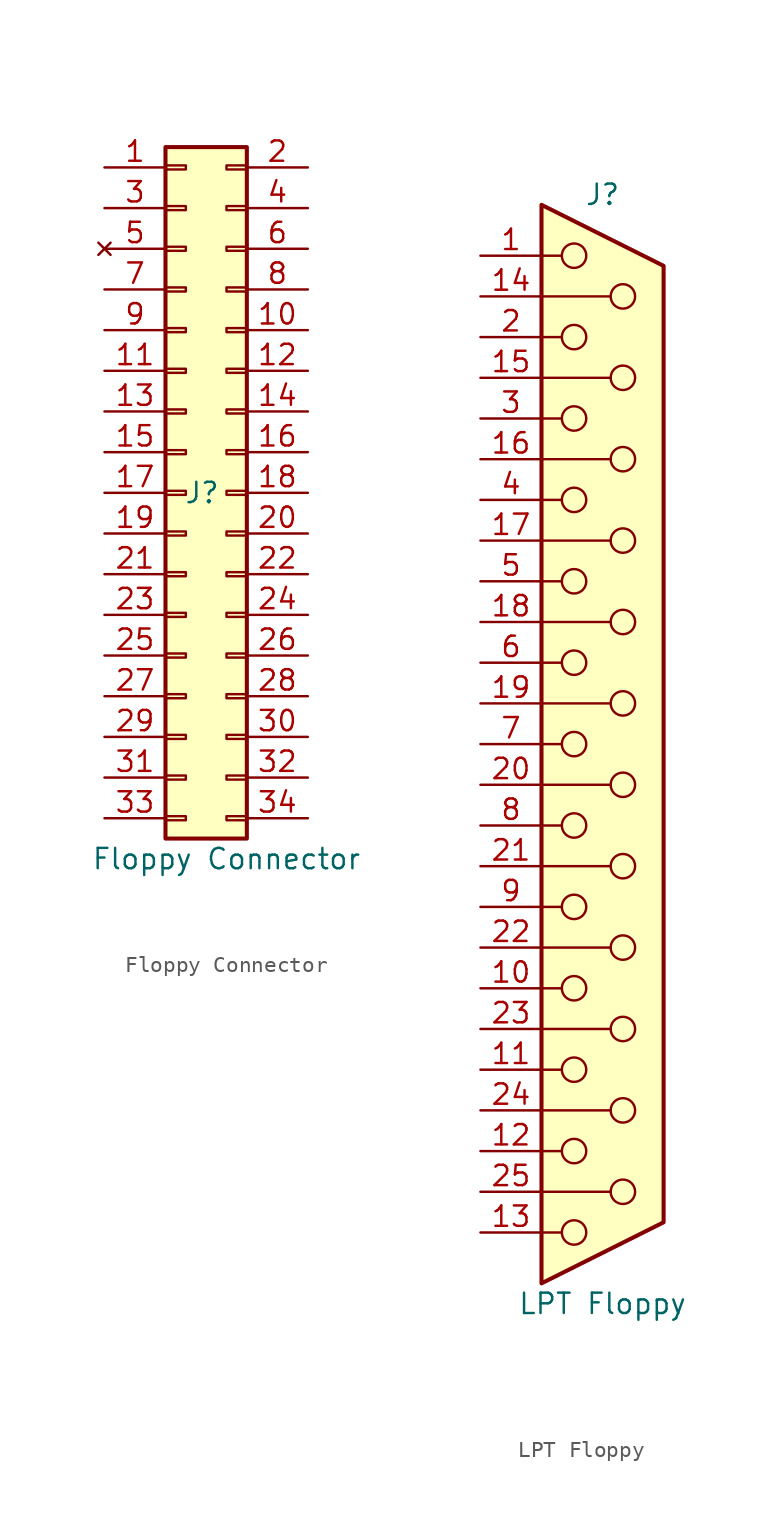
<source format=kicad_sym>
(kicad_symbol_lib
  (version 20231120)
  (generator "kicad_symbol_editor")
  (generator_version "8.0")
  (symbol "Floppy Connector"
    (pin_names
      (offset 1.016) hide)
    (property "Reference" "J"
      (at -0.254 0 0)
      (effects (font (size 1.27 1.27))))
    (property "Value" "Floppy Connector"
      (at 1.27 -22.86 0)
      (effects (font (size 1.27 1.27))))
    (symbol "Floppy Connector_1_1"
      (rectangle (start -2.54 -20.193) (end -1.27 -20.447) (stroke (width 0.152) (type default)) (fill (type none)))
      (rectangle (start -2.54 -17.653) (end -1.27 -17.907) (stroke (width 0.152) (type default)) (fill (type none)))
      (rectangle (start -2.54 -15.113) (end -1.27 -15.367) (stroke (width 0.152) (type default)) (fill (type none)))
      (rectangle (start -2.54 -12.573) (end -1.27 -12.827) (stroke (width 0.152) (type default)) (fill (type none)))
      (rectangle (start -2.54 -10.033) (end -1.27 -10.287) (stroke (width 0.152) (type default)) (fill (type none)))
      (rectangle (start -2.54 -7.493) (end -1.27 -7.747) (stroke (width 0.152) (type default)) (fill (type none)))
      (rectangle (start -2.54 -4.953) (end -1.27 -5.207) (stroke (width 0.152) (type default)) (fill (type none)))
      (rectangle (start -2.54 -2.413) (end -1.27 -2.667) (stroke (width 0.152) (type default)) (fill (type none)))
      (rectangle (start -2.54 0.127) (end -1.27 -0.127) (stroke (width 0.152) (type default)) (fill (type none)))
      (rectangle (start -2.54 2.667) (end -1.27 2.413) (stroke (width 0.152) (type default)) (fill (type none)))
      (rectangle (start -2.54 5.207) (end -1.27 4.953) (stroke (width 0.152) (type default)) (fill (type none)))
      (rectangle (start -2.54 7.747) (end -1.27 7.493) (stroke (width 0.152) (type default)) (fill (type none)))
      (rectangle (start -2.54 10.287) (end -1.27 10.033) (stroke (width 0.152) (type default)) (fill (type none)))
      (rectangle (start -2.54 12.827) (end -1.27 12.573) (stroke (width 0.152) (type default)) (fill (type none)))
      (rectangle (start -2.54 15.367) (end -1.27 15.113) (stroke (width 0.152) (type default)) (fill (type none)))
      (rectangle (start -2.54 17.907) (end -1.27 17.653) (stroke (width 0.152) (type default)) (fill (type none)))
      (rectangle (start -2.54 20.447) (end -1.27 20.193) (stroke (width 0.152) (type default)) (fill (type none)))
      (rectangle (start -2.54 21.59) (end 2.54 -21.59) (stroke (width 0.254) (type default)) (fill (type background)))
      (rectangle (start 2.54 -20.193) (end 1.27 -20.447) (stroke (width 0.152) (type default)) (fill (type none)))
      (rectangle (start 2.54 -17.653) (end 1.27 -17.907) (stroke (width 0.152) (type default)) (fill (type none)))
      (rectangle (start 2.54 -15.113) (end 1.27 -15.367) (stroke (width 0.152) (type default)) (fill (type none)))
      (rectangle (start 2.54 -12.573) (end 1.27 -12.827) (stroke (width 0.152) (type default)) (fill (type none)))
      (rectangle (start 2.54 -10.033) (end 1.27 -10.287) (stroke (width 0.152) (type default)) (fill (type none)))
      (rectangle (start 2.54 -7.493) (end 1.27 -7.747) (stroke (width 0.152) (type default)) (fill (type none)))
      (rectangle (start 2.54 -4.953) (end 1.27 -5.207) (stroke (width 0.152) (type default)) (fill (type none)))
      (rectangle (start 2.54 -2.413) (end 1.27 -2.667) (stroke (width 0.152) (type default)) (fill (type none)))
      (rectangle (start 2.54 0.127) (end 1.27 -0.127) (stroke (width 0.152) (type default)) (fill (type none)))
      (rectangle (start 2.54 2.667) (end 1.27 2.413) (stroke (width 0.152) (type default)) (fill (type none)))
      (rectangle (start 2.54 5.207) (end 1.27 4.953) (stroke (width 0.152) (type default)) (fill (type none)))
      (rectangle (start 2.54 7.747) (end 1.27 7.493) (stroke (width 0.152) (type default)) (fill (type none)))
      (rectangle (start 2.54 10.287) (end 1.27 10.033) (stroke (width 0.152) (type default)) (fill (type none)))
      (rectangle (start 2.54 12.827) (end 1.27 12.573) (stroke (width 0.152) (type default)) (fill (type none)))
      (rectangle (start 2.54 15.367) (end 1.27 15.113) (stroke (width 0.152) (type default)) (fill (type none)))
      (rectangle (start 2.54 17.907) (end 1.27 17.653) (stroke (width 0.152) (type default)) (fill (type none)))
      (rectangle (start 2.54 20.447) (end 1.27 20.193) (stroke (width 0.152) (type default)) (fill (type none)))
      (pin power_in line (at -6.35 20.32 0) (length 3.81) (name "GND" (effects (font (size 1.27 1.27)))) (number "1" (effects (font (size 1.27 1.27)))))
      (pin passive line (at 6.35 10.16 180) (length 3.81) (name "MOTEA#" (effects (font (size 1.27 1.27)))) (number "10" (effects (font (size 1.27 1.27)))))
      (pin power_in line (at -6.35 7.62 0) (length 3.81) (name "GND" (effects (font (size 1.27 1.27)))) (number "11" (effects (font (size 1.27 1.27)))))
      (pin passive line (at 6.35 7.62 180) (length 3.81) (name "DRVSB" (effects (font (size 1.27 1.27)))) (number "12" (effects (font (size 1.27 1.27)))))
      (pin power_in line (at -6.35 5.08 0) (length 3.81) (name "GND" (effects (font (size 1.27 1.27)))) (number "13" (effects (font (size 1.27 1.27)))))
      (pin passive line (at 6.35 5.08 180) (length 3.81) (name "DRVSA" (effects (font (size 1.27 1.27)))) (number "14" (effects (font (size 1.27 1.27)))))
      (pin power_in line (at -6.35 2.54 0) (length 3.81) (name "GND" (effects (font (size 1.27 1.27)))) (number "15" (effects (font (size 1.27 1.27)))))
      (pin passive line (at 6.35 2.54 180) (length 3.81) (name "MOTEB#" (effects (font (size 1.27 1.27)))) (number "16" (effects (font (size 1.27 1.27)))))
      (pin power_in line (at -6.35 0 0) (length 3.81) (name "GND" (effects (font (size 1.27 1.27)))) (number "17" (effects (font (size 1.27 1.27)))))
      (pin passive line (at 6.35 0 180) (length 3.81) (name "DIR#" (effects (font (size 1.27 1.27)))) (number "18" (effects (font (size 1.27 1.27)))))
      (pin power_in line (at -6.35 -2.54 0) (length 3.81) (name "GND" (effects (font (size 1.27 1.27)))) (number "19" (effects (font (size 1.27 1.27)))))
      (pin passive line (at 6.35 20.32 180) (length 3.81) (name "DENSEL" (effects (font (size 1.27 1.27)))) (number "2" (effects (font (size 1.27 1.27)))))
      (pin passive line (at 6.35 -2.54 180) (length 3.81) (name "STEP#" (effects (font (size 1.27 1.27)))) (number "20" (effects (font (size 1.27 1.27)))))
      (pin power_in line (at -6.35 -5.08 0) (length 3.81) (name "GND" (effects (font (size 1.27 1.27)))) (number "21" (effects (font (size 1.27 1.27)))))
      (pin passive line (at 6.35 -5.08 180) (length 3.81) (name "WDATA" (effects (font (size 1.27 1.27)))) (number "22" (effects (font (size 1.27 1.27)))))
      (pin power_in line (at -6.35 -7.62 0) (length 3.81) (name "GND" (effects (font (size 1.27 1.27)))) (number "23" (effects (font (size 1.27 1.27)))))
      (pin passive line (at 6.35 -7.62 180) (length 3.81) (name "WGATE#" (effects (font (size 1.27 1.27)))) (number "24" (effects (font (size 1.27 1.27)))))
      (pin power_in line (at -6.35 -10.16 0) (length 3.81) (name "GND" (effects (font (size 1.27 1.27)))) (number "25" (effects (font (size 1.27 1.27)))))
      (pin passive line (at 6.35 -10.16 180) (length 3.81) (name "TRK0#" (effects (font (size 1.27 1.27)))) (number "26" (effects (font (size 1.27 1.27)))))
      (pin power_in line (at -6.35 -12.7 0) (length 3.81) (name "GND" (effects (font (size 1.27 1.27)))) (number "27" (effects (font (size 1.27 1.27)))))
      (pin passive line (at 6.35 -12.7 180) (length 3.81) (name "WPT#" (effects (font (size 1.27 1.27)))) (number "28" (effects (font (size 1.27 1.27)))))
      (pin power_in line (at -6.35 -15.24 0) (length 3.81) (name "GND" (effects (font (size 1.27 1.27)))) (number "29" (effects (font (size 1.27 1.27)))))
      (pin passive line (at -6.35 17.78 0) (length 3.81) (name "RSVD" (effects (font (size 1.27 1.27)))) (number "3" (effects (font (size 1.27 1.27)))))
      (pin passive line (at 6.35 -15.24 180) (length 3.81) (name "RDATA" (effects (font (size 1.27 1.27)))) (number "30" (effects (font (size 1.27 1.27)))))
      (pin power_in line (at -6.35 -17.78 0) (length 3.81) (name "GND" (effects (font (size 1.27 1.27)))) (number "31" (effects (font (size 1.27 1.27)))))
      (pin passive line (at 6.35 -17.78 180) (length 3.81) (name "HDSEL#/SIDE" (effects (font (size 1.27 1.27)))) (number "32" (effects (font (size 1.27 1.27)))))
      (pin power_in line (at -6.35 -20.32 0) (length 3.81) (name "GND" (effects (font (size 1.27 1.27)))) (number "33" (effects (font (size 1.27 1.27)))))
      (pin passive line (at 6.35 -20.32 180) (length 3.81) (name "DSKCHG#" (effects (font (size 1.27 1.27)))) (number "34" (effects (font (size 1.27 1.27)))))
      (pin passive line (at 6.35 17.78 180) (length 3.81) (name "RSVD" (effects (font (size 1.27 1.27)))) (number "4" (effects (font (size 1.27 1.27)))))
      (pin no_connect line (at -6.35 15.24 0) (length 3.81) (name "NC" (effects (font (size 1.27 1.27)))) (number "5" (effects (font (size 1.27 1.27)))))
      (pin passive line (at 6.35 15.24 180) (length 3.81) (name "RSVD" (effects (font (size 1.27 1.27)))) (number "6" (effects (font (size 1.27 1.27)))))
      (pin power_in line (at -6.35 12.7 0) (length 3.81) (name "GND" (effects (font (size 1.27 1.27)))) (number "7" (effects (font (size 1.27 1.27)))))
      (pin passive line (at 6.35 12.7 180) (length 3.81) (name "INDEX#" (effects (font (size 1.27 1.27)))) (number "8" (effects (font (size 1.27 1.27)))))
      (pin power_in line (at -6.35 10.16 0) (length 3.81) (name "GND" (effects (font (size 1.27 1.27)))) (number "9" (effects (font (size 1.27 1.27)))))))
  (symbol "LPT Floppy"
    (pin_names
      (offset 1.016) hide)
    (property "Reference" "J"
      (at 0 34.29 0)
      (effects (font (size 1.27 1.27))))
    (property "Value" "LPT Floppy"
      (at 0 -34.925 0)
      (effects (font (size 1.27 1.27))))
    (symbol "LPT Floppy_0_1"
      (circle (center -1.778 -30.48) (radius 0.762) (stroke (width 0) (type default)) (fill (type none)))
      (circle (center -1.778 -25.4) (radius 0.762) (stroke (width 0) (type default)) (fill (type none)))
      (circle (center -1.778 -20.32) (radius 0.762) (stroke (width 0) (type default)) (fill (type none)))
      (circle (center -1.778 -15.24) (radius 0.762) (stroke (width 0) (type default)) (fill (type none)))
      (circle (center -1.778 -10.16) (radius 0.762) (stroke (width 0) (type default)) (fill (type none)))
      (circle (center -1.778 -5.08) (radius 0.762) (stroke (width 0) (type default)) (fill (type none)))
      (circle (center -1.778 0) (radius 0.762) (stroke (width 0) (type default)) (fill (type none)))
      (circle (center -1.778 5.08) (radius 0.762) (stroke (width 0) (type default)) (fill (type none)))
      (circle (center -1.778 10.16) (radius 0.762) (stroke (width 0) (type default)) (fill (type none)))
      (circle (center -1.778 15.24) (radius 0.762) (stroke (width 0) (type default)) (fill (type none)))
      (circle (center -1.778 20.32) (radius 0.762) (stroke (width 0) (type default)) (fill (type none)))
      (circle (center -1.778 25.4) (radius 0.762) (stroke (width 0) (type default)) (fill (type none)))
      (circle (center -1.778 30.48) (radius 0.762) (stroke (width 0) (type default)) (fill (type none)))
      (polyline (pts (xy -3.81 -30.48) (xy -2.54 -30.48)) (stroke (width 0) (type default)) (fill (type none)))
      (polyline (pts (xy -3.81 -27.94) (xy 0.508 -27.94)) (stroke (width 0) (type default)) (fill (type none)))
      (polyline (pts (xy -3.81 -25.4) (xy -2.54 -25.4)) (stroke (width 0) (type default)) (fill (type none)))
      (polyline (pts (xy -3.81 -22.86) (xy 0.508 -22.86)) (stroke (width 0) (type default)) (fill (type none)))
      (polyline (pts (xy -3.81 -20.32) (xy -2.54 -20.32)) (stroke (width 0) (type default)) (fill (type none)))
      (polyline (pts (xy -3.81 -17.78) (xy 0.508 -17.78)) (stroke (width 0) (type default)) (fill (type none)))
      (polyline (pts (xy -3.81 -15.24) (xy -2.54 -15.24)) (stroke (width 0) (type default)) (fill (type none)))
      (polyline (pts (xy -3.81 -12.7) (xy 0.508 -12.7)) (stroke (width 0) (type default)) (fill (type none)))
      (polyline (pts (xy -3.81 -10.16) (xy -2.54 -10.16)) (stroke (width 0) (type default)) (fill (type none)))
      (polyline (pts (xy -3.81 -7.62) (xy 0.508 -7.62)) (stroke (width 0) (type default)) (fill (type none)))
      (polyline (pts (xy -3.81 -5.08) (xy -2.54 -5.08)) (stroke (width 0) (type default)) (fill (type none)))
      (polyline (pts (xy -3.81 -2.54) (xy 0.508 -2.54)) (stroke (width 0) (type default)) (fill (type none)))
      (polyline (pts (xy -3.81 0) (xy -2.54 0)) (stroke (width 0) (type default)) (fill (type none)))
      (polyline (pts (xy -3.81 2.54) (xy 0.508 2.54)) (stroke (width 0) (type default)) (fill (type none)))
      (polyline (pts (xy -3.81 5.08) (xy -2.54 5.08)) (stroke (width 0) (type default)) (fill (type none)))
      (polyline (pts (xy -3.81 7.62) (xy 0.508 7.62)) (stroke (width 0) (type default)) (fill (type none)))
      (polyline (pts (xy -3.81 10.16) (xy -2.54 10.16)) (stroke (width 0) (type default)) (fill (type none)))
      (polyline (pts (xy -3.81 12.7) (xy 0.508 12.7)) (stroke (width 0) (type default)) (fill (type none)))
      (polyline (pts (xy -3.81 15.24) (xy -2.54 15.24)) (stroke (width 0) (type default)) (fill (type none)))
      (polyline (pts (xy -3.81 17.78) (xy 0.508 17.78)) (stroke (width 0) (type default)) (fill (type none)))
      (polyline (pts (xy -3.81 20.32) (xy -2.54 20.32)) (stroke (width 0) (type default)) (fill (type none)))
      (polyline (pts (xy -3.81 22.86) (xy 0.508 22.86)) (stroke (width 0) (type default)) (fill (type none)))
      (polyline (pts (xy -3.81 25.4) (xy -2.54 25.4)) (stroke (width 0) (type default)) (fill (type none)))
      (polyline (pts (xy -3.81 27.94) (xy 0.508 27.94)) (stroke (width 0) (type default)) (fill (type none)))
      (polyline (pts (xy -3.81 30.48) (xy -2.54 30.48)) (stroke (width 0) (type default)) (fill (type none)))
      (polyline (pts (xy -3.81 33.655) (xy 3.81 29.845) (xy 3.81 -29.845) (xy -3.81 -33.655) (xy -3.81 33.655)) (stroke (width 0.254) (type default)) (fill (type background)))
      (circle (center 1.27 -27.94) (radius 0.762) (stroke (width 0) (type default)) (fill (type none)))
      (circle (center 1.27 -22.86) (radius 0.762) (stroke (width 0) (type default)) (fill (type none)))
      (circle (center 1.27 -17.78) (radius 0.762) (stroke (width 0) (type default)) (fill (type none)))
      (circle (center 1.27 -12.7) (radius 0.762) (stroke (width 0) (type default)) (fill (type none)))
      (circle (center 1.27 -7.62) (radius 0.762) (stroke (width 0) (type default)) (fill (type none)))
      (circle (center 1.27 -2.54) (radius 0.762) (stroke (width 0) (type default)) (fill (type none)))
      (circle (center 1.27 2.54) (radius 0.762) (stroke (width 0) (type default)) (fill (type none)))
      (circle (center 1.27 7.62) (radius 0.762) (stroke (width 0) (type default)) (fill (type none)))
      (circle (center 1.27 12.7) (radius 0.762) (stroke (width 0) (type default)) (fill (type none)))
      (circle (center 1.27 17.78) (radius 0.762) (stroke (width 0) (type default)) (fill (type none)))
      (circle (center 1.27 22.86) (radius 0.762) (stroke (width 0) (type default)) (fill (type none)))
      (circle (center 1.27 27.94) (radius 0.762) (stroke (width 0) (type default)) (fill (type none))))
    (symbol "LPT Floppy_1_1"
      (pin passive line (at -7.62 30.48 0) (length 3.81) (name "-DSO" (effects (font (size 1.27 1.27)))) (number "1" (effects (font (size 1.27 1.27)))))
      (pin passive line (at -7.62 -15.24 0) (length 3.81) (name "-DS1" (effects (font (size 1.27 1.27)))) (number "10" (effects (font (size 1.27 1.27)))))
      (pin passive line (at -7.62 -20.32 0) (length 3.81) (name "-MTR1" (effects (font (size 1.27 1.27)))) (number "11" (effects (font (size 1.27 1.27)))))
      (pin passive line (at -7.62 -25.4 0) (length 3.81) (name "-WDATA" (effects (font (size 1.27 1.27)))) (number "12" (effects (font (size 1.27 1.27)))))
      (pin passive line (at -7.62 -30.48 0) (length 3.81) (name "-WGATE" (effects (font (size 1.27 1.27)))) (number "13" (effects (font (size 1.27 1.27)))))
      (pin passive line (at -7.62 27.94 0) (length 3.81) (name "DENSEL" (effects (font (size 1.27 1.27)))) (number "14" (effects (font (size 1.27 1.27)))))
      (pin passive line (at -7.62 22.86 0) (length 3.81) (name "-HDSEL" (effects (font (size 1.27 1.27)))) (number "15" (effects (font (size 1.27 1.27)))))
      (pin passive line (at -7.62 17.78 0) (length 3.81) (name "-DIR" (effects (font (size 1.27 1.27)))) (number "16" (effects (font (size 1.27 1.27)))))
      (pin passive line (at -7.62 12.7 0) (length 3.81) (name "-STEP" (effects (font (size 1.27 1.27)))) (number "17" (effects (font (size 1.27 1.27)))))
      (pin passive line (at -7.62 7.62 0) (length 3.81) (name "GND" (effects (font (size 1.27 1.27)))) (number "18" (effects (font (size 1.27 1.27)))))
      (pin passive line (at -7.62 2.54 0) (length 3.81) (name "P19" (effects (font (size 1.27 1.27)))) (number "19" (effects (font (size 1.27 1.27)))))
      (pin passive line (at -7.62 25.4 0) (length 3.81) (name "-INDEX" (effects (font (size 1.27 1.27)))) (number "2" (effects (font (size 1.27 1.27)))))
      (pin passive line (at -7.62 -2.54 0) (length 3.81) (name "P20" (effects (font (size 1.27 1.27)))) (number "20" (effects (font (size 1.27 1.27)))))
      (pin passive line (at -7.62 -7.62 0) (length 3.81) (name "P21" (effects (font (size 1.27 1.27)))) (number "21" (effects (font (size 1.27 1.27)))))
      (pin passive line (at -7.62 -12.7 0) (length 3.81) (name "P22" (effects (font (size 1.27 1.27)))) (number "22" (effects (font (size 1.27 1.27)))))
      (pin passive line (at -7.62 -17.78 0) (length 3.81) (name "P23" (effects (font (size 1.27 1.27)))) (number "23" (effects (font (size 1.27 1.27)))))
      (pin passive line (at -7.62 -22.86 0) (length 3.81) (name "P24" (effects (font (size 1.27 1.27)))) (number "24" (effects (font (size 1.27 1.27)))))
      (pin passive line (at -7.62 -27.94 0) (length 3.81) (name "P25" (effects (font (size 1.27 1.27)))) (number "25" (effects (font (size 1.27 1.27)))))
      (pin passive line (at -7.62 20.32 0) (length 3.81) (name "-TRK0" (effects (font (size 1.27 1.27)))) (number "3" (effects (font (size 1.27 1.27)))))
      (pin passive line (at -7.62 15.24 0) (length 3.81) (name "-WP" (effects (font (size 1.27 1.27)))) (number "4" (effects (font (size 1.27 1.27)))))
      (pin passive line (at -7.62 10.16 0) (length 3.81) (name "-RDATA" (effects (font (size 1.27 1.27)))) (number "5" (effects (font (size 1.27 1.27)))))
      (pin passive line (at -7.62 5.08 0) (length 3.81) (name "-DSKCHG" (effects (font (size 1.27 1.27)))) (number "6" (effects (font (size 1.27 1.27)))))
      (pin passive line (at -7.62 0 0) (length 3.81) (name "MEDIA_ID0" (effects (font (size 1.27 1.27)))) (number "7" (effects (font (size 1.27 1.27)))))
      (pin passive line (at -7.62 -5.08 0) (length 3.81) (name "-MTR0" (effects (font (size 1.27 1.27)))) (number "8" (effects (font (size 1.27 1.27)))))
      (pin passive line (at -7.62 -10.16 0) (length 3.81) (name "MEDIA_ID1" (effects (font (size 1.27 1.27)))) (number "9" (effects (font (size 1.27 1.27))))))))
</source>
